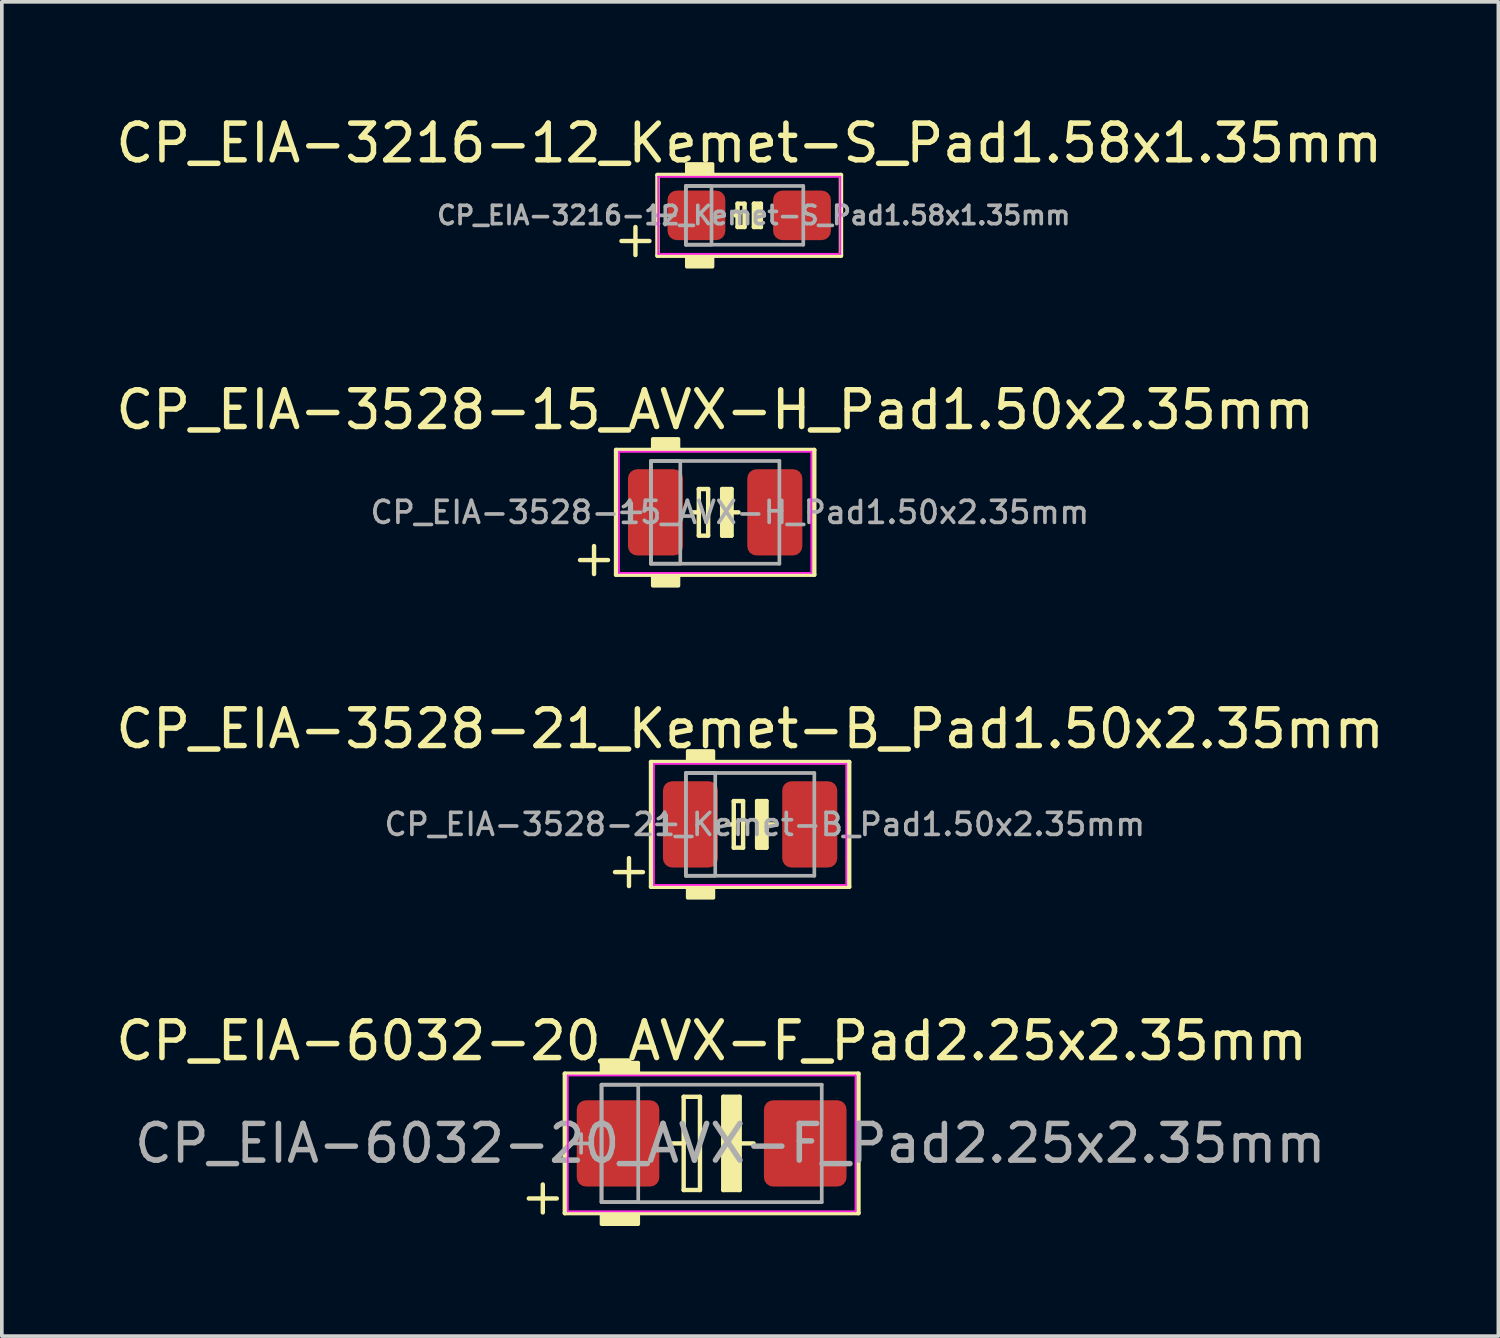
<source format=kicad_pcb>
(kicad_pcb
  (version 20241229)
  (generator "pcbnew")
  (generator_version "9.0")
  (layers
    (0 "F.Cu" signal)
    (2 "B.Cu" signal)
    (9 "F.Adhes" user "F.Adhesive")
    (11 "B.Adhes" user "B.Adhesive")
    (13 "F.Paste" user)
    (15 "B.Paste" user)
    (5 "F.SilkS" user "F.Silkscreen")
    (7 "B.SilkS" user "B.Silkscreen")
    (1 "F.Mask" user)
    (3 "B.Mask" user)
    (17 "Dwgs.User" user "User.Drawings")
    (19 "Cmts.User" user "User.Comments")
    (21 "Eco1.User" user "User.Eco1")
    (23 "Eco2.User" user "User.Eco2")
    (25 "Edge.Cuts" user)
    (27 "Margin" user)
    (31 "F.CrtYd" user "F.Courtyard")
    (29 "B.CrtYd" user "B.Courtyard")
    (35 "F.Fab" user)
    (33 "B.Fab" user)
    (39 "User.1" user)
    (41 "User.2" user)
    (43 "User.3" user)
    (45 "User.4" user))
  (footprint "CP_EIA-3216-12_Kemet-S_Pad1.58x1.35mm"
    (layer "F.Cu")
    (at 17.363 2.817)
    (property "Reference" "CP_EIA-3216-12_Kemet-S_Pad1.58x1.35mm" (at 0 -1.968 0) (layer "F.SilkS") (effects (font (size 1 1) (thickness 0.15))))
    (attr smd)
    (fp_line (start -3.481 0.7) (end -2.719 0.7) (stroke (width 0.12) (type solid)) (layer "F.SilkS"))
    (fp_line (start -3.1 0.319) (end -3.1 1.081) (stroke (width 0.12) (type solid)) (layer "F.SilkS"))
    (fp_line (start -2.5 -1.1) (end -2.5 1.1) (stroke (width 0.12) (type solid)) (layer "F.SilkS"))
    (fp_line (start -2.5 1.1) (end 2.5 1.1) (stroke (width 0.12) (type solid)) (layer "F.SilkS"))
    (fp_line (start -0.381 0) (end -0.318 0) (stroke (width 0.12) (type solid)) (layer "F.SilkS"))
    (fp_line (start -0.318 -0.318) (end -0.318 0) (stroke (width 0.12) (type solid)) (layer "F.SilkS"))
    (fp_line (start -0.318 0) (end -0.318 0.318) (stroke (width 0.12) (type solid)) (layer "F.SilkS"))
    (fp_line (start -0.318 0.318) (end -0.127 0.318) (stroke (width 0.12) (type solid)) (layer "F.SilkS"))
    (fp_line (start -0.127 -0.318) (end -0.318 -0.318) (stroke (width 0.12) (type solid)) (layer "F.SilkS"))
    (fp_line (start -0.127 0.318) (end -0.127 -0.318) (stroke (width 0.12) (type solid)) (layer "F.SilkS"))
    (fp_line (start 0.127 -0.318) (end 0.127 0.318) (stroke (width 0.12) (type solid)) (layer "F.SilkS"))
    (fp_line (start 0.127 0.318) (end 0.318 0.318) (stroke (width 0.12) (type solid)) (layer "F.SilkS"))
    (fp_line (start 0.318 -0.318) (end 0.127 -0.318) (stroke (width 0.12) (type solid)) (layer "F.SilkS"))
    (fp_line (start 0.318 0) (end 0.318 -0.318) (stroke (width 0.12) (type solid)) (layer "F.SilkS"))
    (fp_line (start 0.318 0.318) (end 0.318 0) (stroke (width 0.12) (type solid)) (layer "F.SilkS"))
    (fp_line (start 0.381 0) (end 0.318 0) (stroke (width 0.12) (type solid)) (layer "F.SilkS"))
    (fp_line (start 2.5 -1.1) (end -2.5 -1.1) (stroke (width 0.12) (type solid)) (layer "F.SilkS"))
    (fp_line (start 2.5 1.1) (end 2.5 -1.1) (stroke (width 0.12) (type solid)) (layer "F.SilkS"))
    (fp_poly (pts (xy -1 -1.1) (xy -1.7 -1.1) (xy -1.7 -1.4) (xy -1 -1.4)) (stroke (width 0.1) (type solid)) (fill yes) (layer "F.SilkS"))
    (fp_poly (pts (xy -1 1.4) (xy -1.7 1.4) (xy -1.7 1.1) (xy -1 1.1)) (stroke (width 0.1) (type solid)) (fill yes) (layer "F.SilkS"))
    (fp_poly (pts (xy 0.318 0.318) (xy 0.127 0.318) (xy 0.127 -0.318) (xy 0.318 -0.318)) (stroke (width 0.1) (type solid)) (fill yes) (layer "F.SilkS"))
    (fp_line (start -2.48 -1.05) (end 2.48 -1.05) (stroke (width 0.05) (type solid)) (layer "F.CrtYd"))
    (fp_line (start -2.48 1.05) (end -2.48 -1.05) (stroke (width 0.05) (type solid)) (layer "F.CrtYd"))
    (fp_line (start 2.48 -1.05) (end 2.48 1.05) (stroke (width 0.05) (type solid)) (layer "F.CrtYd"))
    (fp_line (start 2.48 1.05) (end -2.48 1.05) (stroke (width 0.05) (type solid)) (layer "F.CrtYd"))
    (fp_line (start -2.286 -0.254) (end -2.286 0.254) (stroke (width 0.1) (type solid)) (layer "F.Fab"))
    (fp_line (start -2.032 0) (end -2.54 0) (stroke (width 0.1) (type solid)) (layer "F.Fab"))
    (fp_line (start -1.727 -0.8) (end -1.727 0.8) (stroke (width 0.1) (type solid)) (layer "F.Fab"))
    (fp_line (start -1.727 0.8) (end 1.473 0.8) (stroke (width 0.1) (type solid)) (layer "F.Fab"))
    (fp_line (start 1.473 -0.8) (end -1.727 -0.8) (stroke (width 0.1) (type solid)) (layer "F.Fab"))
    (fp_line (start 1.473 0.8) (end 1.473 -0.8) (stroke (width 0.1) (type solid)) (layer "F.Fab"))
    (fp_rect (start -1.727 -0.8) (end -1.027 0.8) (stroke (width 0.1) (type solid)) (fill no) (layer "F.Fab"))
    (fp_text user "${REFERENCE}" (at 0.123 0 0) (layer "F.Fab") (effects (font (size 0.5 0.5) (thickness 0.1))))
    (pad "1" smd roundrect (at -1.438 0) (size 1.575 1.35) (layers "F.Cu" "F.Mask" "F.Paste") (roundrect_rratio 0.185))
    (pad "2" smd roundrect (at 1.438 0) (size 1.575 1.35) (layers "F.Cu" "F.Mask" "F.Paste") (roundrect_rratio 0.185)))
  (footprint "CP_EIA-3528-15_AVX-H_Pad1.50x2.35mm"
    (layer "F.Cu")
    (at 16.435 10.909)
    (property "Reference" "CP_EIA-3528-15_AVX-H_Pad1.50x2.35mm" (at 0 -2.794 0) (layer "F.SilkS") (effects (font (size 1 1) (thickness 0.15))))
    (attr smd)
    (fp_line (start -3.681 1.3) (end -2.919 1.3) (stroke (width 0.12) (type solid)) (layer "F.SilkS"))
    (fp_line (start -3.3 0.919) (end -3.3 1.681) (stroke (width 0.12) (type solid)) (layer "F.SilkS"))
    (fp_line (start -2.7 -1.7) (end -2.7 1.7) (stroke (width 0.12) (type solid)) (layer "F.SilkS"))
    (fp_line (start -2.7 1.7) (end 2.7 1.7) (stroke (width 0.12) (type solid)) (layer "F.SilkS"))
    (fp_line (start -0.445 -0.635) (end -0.445 0) (stroke (width 0.12) (type solid)) (layer "F.SilkS"))
    (fp_line (start -0.445 -0.635) (end -0.191 -0.635) (stroke (width 0.12) (type solid)) (layer "F.SilkS"))
    (fp_line (start -0.445 0) (end -0.635 0) (stroke (width 0.12) (type solid)) (layer "F.SilkS"))
    (fp_line (start -0.445 0.635) (end -0.445 0) (stroke (width 0.12) (type solid)) (layer "F.SilkS"))
    (fp_line (start -0.191 -0.635) (end -0.191 0) (stroke (width 0.12) (type solid)) (layer "F.SilkS"))
    (fp_line (start -0.191 0.635) (end -0.445 0.635) (stroke (width 0.12) (type solid)) (layer "F.SilkS"))
    (fp_line (start -0.191 0.635) (end -0.191 0) (stroke (width 0.12) (type solid)) (layer "F.SilkS"))
    (fp_line (start 0.191 -0.635) (end 0.191 0) (stroke (width 0.12) (type solid)) (layer "F.SilkS"))
    (fp_line (start 0.191 -0.635) (end 0.445 -0.635) (stroke (width 0.12) (type solid)) (layer "F.SilkS"))
    (fp_line (start 0.191 0.635) (end 0.191 0) (stroke (width 0.12) (type solid)) (layer "F.SilkS"))
    (fp_line (start 0.445 -0.635) (end 0.445 0) (stroke (width 0.12) (type solid)) (layer "F.SilkS"))
    (fp_line (start 0.445 0) (end 0.635 0) (stroke (width 0.12) (type solid)) (layer "F.SilkS"))
    (fp_line (start 0.445 0.635) (end 0.191 0.635) (stroke (width 0.12) (type solid)) (layer "F.SilkS"))
    (fp_line (start 0.445 0.635) (end 0.445 0) (stroke (width 0.12) (type solid)) (layer "F.SilkS"))
    (fp_line (start 2.7 -1.7) (end -2.7 -1.7) (stroke (width 0.12) (type solid)) (layer "F.SilkS"))
    (fp_line (start 2.7 1.7) (end 2.7 -1.7) (stroke (width 0.12) (type solid)) (layer "F.SilkS"))
    (fp_poly (pts (xy -1 -1.7) (xy -1.7 -1.7) (xy -1.7 -2) (xy -1 -2)) (stroke (width 0.1) (type solid)) (fill yes) (layer "F.SilkS"))
    (fp_poly (pts (xy -1 2) (xy -1.7 2) (xy -1.7 1.7) (xy -1 1.7)) (stroke (width 0.1) (type solid)) (fill yes) (layer "F.SilkS"))
    (fp_poly (pts (xy 0.445 0.635) (xy 0.191 0.635) (xy 0.191 -0.635) (xy 0.445 -0.635)) (stroke (width 0.1) (type solid)) (fill yes) (layer "F.SilkS"))
    (fp_line (start -2.62 -1.65) (end 2.62 -1.65) (stroke (width 0.05) (type solid)) (layer "F.CrtYd"))
    (fp_line (start -2.62 1.65) (end -2.62 -1.65) (stroke (width 0.05) (type solid)) (layer "F.CrtYd"))
    (fp_line (start 2.62 -1.65) (end 2.62 1.65) (stroke (width 0.05) (type solid)) (layer "F.CrtYd"))
    (fp_line (start 2.62 1.65) (end -2.62 1.65) (stroke (width 0.05) (type solid)) (layer "F.CrtYd"))
    (fp_line (start -2.286 -0.254) (end -2.286 0.254) (stroke (width 0.1) (type solid)) (layer "F.Fab"))
    (fp_line (start -2.032 0) (end -2.54 0) (stroke (width 0.1) (type solid)) (layer "F.Fab"))
    (fp_line (start -1.75 -1.4) (end -1.75 1.4) (stroke (width 0.1) (type solid)) (layer "F.Fab"))
    (fp_line (start -1.75 1.4) (end 1.75 1.4) (stroke (width 0.1) (type solid)) (layer "F.Fab"))
    (fp_line (start 1.75 -1.4) (end -1.75 -1.4) (stroke (width 0.1) (type solid)) (layer "F.Fab"))
    (fp_line (start 1.75 1.4) (end 1.75 -1.4) (stroke (width 0.1) (type solid)) (layer "F.Fab"))
    (fp_rect (start -1.75 -1.4) (end -0.95 1.4) (stroke (width 0.1) (type solid)) (fill no) (layer "F.Fab"))
    (fp_text user "${REFERENCE}" (at 0.4 0 0) (layer "F.Fab") (effects (font (size 0.6 0.6) (thickness 0.1))))
    (pad "1" smd roundrect (at -1.625 0) (size 1.5 2.35) (layers "F.Cu" "F.Mask" "F.Paste") (roundrect_rratio 0.167))
    (pad "2" smd roundrect (at 1.625 0) (size 1.5 2.35) (layers "F.Cu" "F.Mask" "F.Paste") (roundrect_rratio 0.167)))
  (footprint "CP_EIA-6032-20_AVX-F_Pad2.25x2.35mm"
    (layer "F.Cu")
    (at 16.339 28.103)
    (property "Reference" "CP_EIA-6032-20_AVX-F_Pad2.25x2.35mm" (at 0 -2.794 0) (layer "F.SilkS") (effects (font (size 1 1) (thickness 0.15))))
    (attr smd)
    (fp_line (start -4.981 1.5) (end -4.219 1.5) (stroke (width 0.12) (type solid)) (layer "F.SilkS"))
    (fp_line (start -4.6 1.119) (end -4.6 1.881) (stroke (width 0.12) (type solid)) (layer "F.SilkS"))
    (fp_line (start -4 -1.9) (end -4 1.9) (stroke (width 0.12) (type solid)) (layer "F.SilkS"))
    (fp_line (start -4 1.9) (end 4 1.9) (stroke (width 0.12) (type solid)) (layer "F.SilkS"))
    (fp_line (start -0.762 -1.27) (end -0.762 0) (stroke (width 0.12) (type solid)) (layer "F.SilkS"))
    (fp_line (start -0.762 0) (end -1.143 0) (stroke (width 0.12) (type solid)) (layer "F.SilkS"))
    (fp_line (start -0.762 1.27) (end -0.762 0) (stroke (width 0.12) (type solid)) (layer "F.SilkS"))
    (fp_line (start -0.318 -1.27) (end -0.762 -1.27) (stroke (width 0.12) (type solid)) (layer "F.SilkS"))
    (fp_line (start -0.318 -1.27) (end -0.318 0) (stroke (width 0.12) (type solid)) (layer "F.SilkS"))
    (fp_line (start -0.318 1.27) (end -0.762 1.27) (stroke (width 0.12) (type solid)) (layer "F.SilkS"))
    (fp_line (start -0.318 1.27) (end -0.318 0) (stroke (width 0.12) (type solid)) (layer "F.SilkS"))
    (fp_line (start 0.318 -1.27) (end 0.318 0) (stroke (width 0.12) (type solid)) (layer "F.SilkS"))
    (fp_line (start 0.318 1.27) (end 0.318 0) (stroke (width 0.12) (type solid)) (layer "F.SilkS"))
    (fp_line (start 0.762 -1.27) (end 0.318 -1.27) (stroke (width 0.12) (type solid)) (layer "F.SilkS"))
    (fp_line (start 0.762 -1.27) (end 0.762 0) (stroke (width 0.12) (type solid)) (layer "F.SilkS"))
    (fp_line (start 0.762 0) (end 1.143 0) (stroke (width 0.12) (type solid)) (layer "F.SilkS"))
    (fp_line (start 0.762 1.27) (end 0.318 1.27) (stroke (width 0.12) (type solid)) (layer "F.SilkS"))
    (fp_line (start 0.762 1.27) (end 0.762 0) (stroke (width 0.12) (type solid)) (layer "F.SilkS"))
    (fp_line (start 4 -1.9) (end -4 -1.9) (stroke (width 0.12) (type solid)) (layer "F.SilkS"))
    (fp_line (start 4 1.9) (end 4 -1.9) (stroke (width 0.12) (type solid)) (layer "F.SilkS"))
    (fp_poly (pts (xy -2 -1.9) (xy -3 -1.9) (xy -3 -2.2) (xy -2 -2.2)) (stroke (width 0.1) (type solid)) (fill yes) (layer "F.SilkS"))
    (fp_poly (pts (xy -2 2.2) (xy -3 2.2) (xy -3 1.9) (xy -2 1.9)) (stroke (width 0.1) (type solid)) (fill yes) (layer "F.SilkS"))
    (fp_poly (pts (xy 0.762 1.27) (xy 0.318 1.27) (xy 0.318 -1.27) (xy 0.762 -1.27)) (stroke (width 0.1) (type solid)) (fill yes) (layer "F.SilkS"))
    (fp_line (start -3.92 -1.85) (end 3.92 -1.85) (stroke (width 0.05) (type solid)) (layer "F.CrtYd"))
    (fp_line (start -3.92 1.85) (end -3.92 -1.85) (stroke (width 0.05) (type solid)) (layer "F.CrtYd"))
    (fp_line (start 3.92 -1.85) (end 3.92 1.85) (stroke (width 0.05) (type solid)) (layer "F.CrtYd"))
    (fp_line (start 3.92 1.85) (end -3.92 1.85) (stroke (width 0.05) (type solid)) (layer "F.CrtYd"))
    (fp_line (start -3.556 -0.254) (end -3.556 0.254) (stroke (width 0.1) (type solid)) (layer "F.Fab"))
    (fp_line (start -3.302 0) (end -3.81 0) (stroke (width 0.1) (type solid)) (layer "F.Fab"))
    (fp_line (start -3 -1.6) (end -3 1.6) (stroke (width 0.1) (type solid)) (layer "F.Fab"))
    (fp_line (start -3 1.6) (end 3 1.6) (stroke (width 0.1) (type solid)) (layer "F.Fab"))
    (fp_line (start 3 -1.6) (end -3 -1.6) (stroke (width 0.1) (type solid)) (layer "F.Fab"))
    (fp_line (start 3 1.6) (end 3 -1.6) (stroke (width 0.1) (type solid)) (layer "F.Fab"))
    (fp_rect (start -3 -1.6) (end -2 1.6) (stroke (width 0.1) (type solid)) (fill no) (layer "F.Fab"))
    (fp_text user "${REFERENCE}" (at 0.508 0 0) (layer "F.Fab") (effects (font (size 1 1) (thickness 0.15))))
    (pad "1" smd roundrect (at -2.55 0) (size 2.25 2.35) (layers "F.Cu" "F.Mask" "F.Paste") (roundrect_rratio 0.111))
    (pad "2" smd roundrect (at 2.55 0) (size 2.25 2.35) (layers "F.Cu" "F.Mask" "F.Paste") (roundrect_rratio 0.111)))
  (footprint "CP_EIA-3528-21_Kemet-B_Pad1.50x2.35mm"
    (layer "F.Cu")
    (at 17.387 19.411)
    (property "Reference" "CP_EIA-3528-21_Kemet-B_Pad1.50x2.35mm" (at 0 -2.603 0) (layer "F.SilkS") (effects (font (size 1 1) (thickness 0.15))))
    (attr smd)
    (fp_line (start -3.681 1.3) (end -2.919 1.3) (stroke (width 0.12) (type solid)) (layer "F.SilkS"))
    (fp_line (start -3.3 0.919) (end -3.3 1.681) (stroke (width 0.12) (type solid)) (layer "F.SilkS"))
    (fp_line (start -2.7 -1.7) (end -2.7 1.7) (stroke (width 0.12) (type solid)) (layer "F.SilkS"))
    (fp_line (start -2.7 1.7) (end 2.7 1.7) (stroke (width 0.12) (type solid)) (layer "F.SilkS"))
    (fp_line (start -0.445 -0.635) (end -0.445 0) (stroke (width 0.12) (type solid)) (layer "F.SilkS"))
    (fp_line (start -0.445 -0.635) (end -0.191 -0.635) (stroke (width 0.12) (type solid)) (layer "F.SilkS"))
    (fp_line (start -0.445 0) (end -0.635 0) (stroke (width 0.12) (type solid)) (layer "F.SilkS"))
    (fp_line (start -0.445 0.635) (end -0.445 0) (stroke (width 0.12) (type solid)) (layer "F.SilkS"))
    (fp_line (start -0.191 -0.635) (end -0.191 0) (stroke (width 0.12) (type solid)) (layer "F.SilkS"))
    (fp_line (start -0.191 0.635) (end -0.445 0.635) (stroke (width 0.12) (type solid)) (layer "F.SilkS"))
    (fp_line (start -0.191 0.635) (end -0.191 0) (stroke (width 0.12) (type solid)) (layer "F.SilkS"))
    (fp_line (start 0.191 -0.635) (end 0.191 0) (stroke (width 0.12) (type solid)) (layer "F.SilkS"))
    (fp_line (start 0.191 -0.635) (end 0.445 -0.635) (stroke (width 0.12) (type solid)) (layer "F.SilkS"))
    (fp_line (start 0.191 0.635) (end 0.191 0) (stroke (width 0.12) (type solid)) (layer "F.SilkS"))
    (fp_line (start 0.445 -0.635) (end 0.445 0) (stroke (width 0.12) (type solid)) (layer "F.SilkS"))
    (fp_line (start 0.445 0) (end 0.635 0) (stroke (width 0.12) (type solid)) (layer "F.SilkS"))
    (fp_line (start 0.445 0.635) (end 0.191 0.635) (stroke (width 0.12) (type solid)) (layer "F.SilkS"))
    (fp_line (start 0.445 0.635) (end 0.445 0) (stroke (width 0.12) (type solid)) (layer "F.SilkS"))
    (fp_line (start 2.7 -1.7) (end -2.7 -1.7) (stroke (width 0.12) (type solid)) (layer "F.SilkS"))
    (fp_line (start 2.7 1.7) (end 2.7 -1.7) (stroke (width 0.12) (type solid)) (layer "F.SilkS"))
    (fp_poly (pts (xy -1 -1.7) (xy -1.7 -1.7) (xy -1.7 -2) (xy -1 -2)) (stroke (width 0.1) (type solid)) (fill yes) (layer "F.SilkS"))
    (fp_poly (pts (xy -1 2) (xy -1.7 2) (xy -1.7 1.7) (xy -1 1.7)) (stroke (width 0.1) (type solid)) (fill yes) (layer "F.SilkS"))
    (fp_poly (pts (xy 0.445 0.635) (xy 0.191 0.635) (xy 0.191 -0.635) (xy 0.445 -0.635)) (stroke (width 0.1) (type solid)) (fill yes) (layer "F.SilkS"))
    (fp_line (start -2.62 -1.65) (end 2.62 -1.65) (stroke (width 0.05) (type solid)) (layer "F.CrtYd"))
    (fp_line (start -2.62 1.65) (end -2.62 -1.65) (stroke (width 0.05) (type solid)) (layer "F.CrtYd"))
    (fp_line (start 2.62 -1.65) (end 2.62 1.65) (stroke (width 0.05) (type solid)) (layer "F.CrtYd"))
    (fp_line (start 2.62 1.65) (end -2.62 1.65) (stroke (width 0.05) (type solid)) (layer "F.CrtYd"))
    (fp_line (start -2.286 -0.254) (end -2.286 0.254) (stroke (width 0.1) (type solid)) (layer "F.Fab"))
    (fp_line (start -2.032 0) (end -2.54 0) (stroke (width 0.1) (type solid)) (layer "F.Fab"))
    (fp_line (start -1.75 -1.4) (end -1.75 1.4) (stroke (width 0.1) (type solid)) (layer "F.Fab"))
    (fp_line (start -1.75 1.4) (end 1.75 1.4) (stroke (width 0.1) (type solid)) (layer "F.Fab"))
    (fp_line (start 1.75 -1.4) (end -1.75 -1.4) (stroke (width 0.1) (type solid)) (layer "F.Fab"))
    (fp_line (start 1.75 1.4) (end 1.75 -1.4) (stroke (width 0.1) (type solid)) (layer "F.Fab"))
    (fp_rect (start -1.75 -1.4) (end -0.95 1.4) (stroke (width 0.1) (type solid)) (fill no) (layer "F.Fab"))
    (fp_text user "${REFERENCE}" (at 0.4 0 0) (layer "F.Fab") (effects (font (size 0.6 0.6) (thickness 0.1))))
    (pad "1" smd roundrect (at -1.625 0) (size 1.5 2.35) (layers "F.Cu" "F.Mask" "F.Paste") (roundrect_rratio 0.167))
    (pad "2" smd roundrect (at 1.625 0) (size 1.5 2.35) (layers "F.Cu" "F.Mask" "F.Paste") (roundrect_rratio 0.167)))
  (gr_rect
    (start -3 -3)
    (end 37.774 33.353)
    (stroke (width 0.1) (type default))
    (fill no)
    (layer "Edge.Cuts")))
</source>
